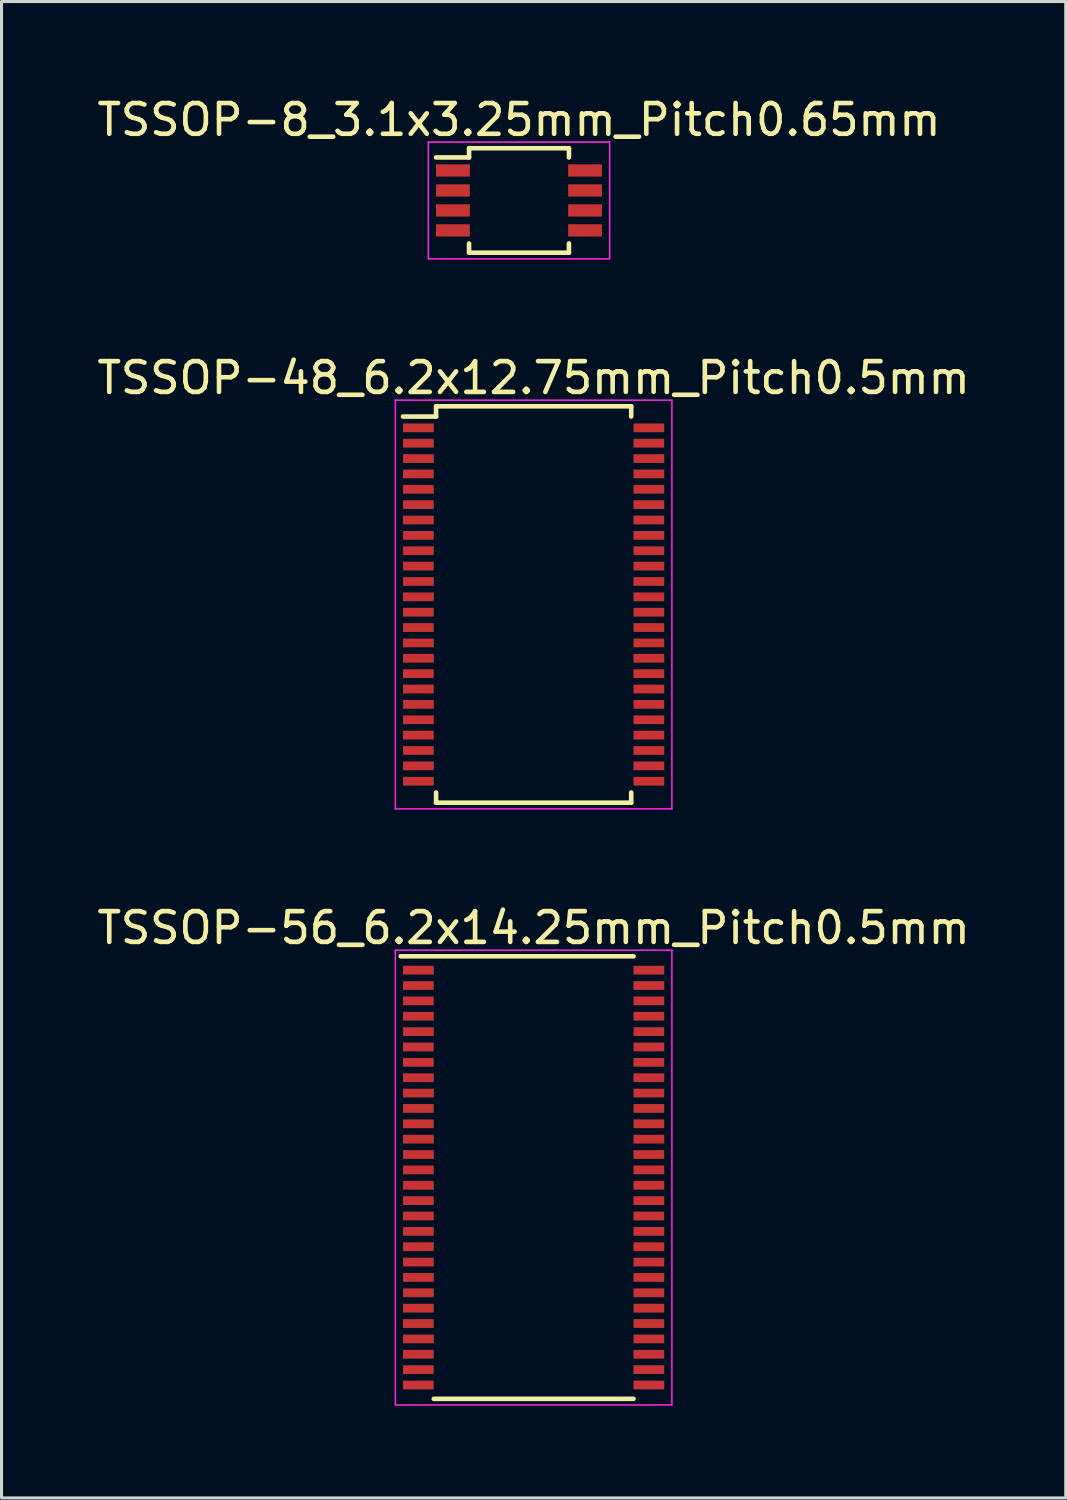
<source format=kicad_pcb>
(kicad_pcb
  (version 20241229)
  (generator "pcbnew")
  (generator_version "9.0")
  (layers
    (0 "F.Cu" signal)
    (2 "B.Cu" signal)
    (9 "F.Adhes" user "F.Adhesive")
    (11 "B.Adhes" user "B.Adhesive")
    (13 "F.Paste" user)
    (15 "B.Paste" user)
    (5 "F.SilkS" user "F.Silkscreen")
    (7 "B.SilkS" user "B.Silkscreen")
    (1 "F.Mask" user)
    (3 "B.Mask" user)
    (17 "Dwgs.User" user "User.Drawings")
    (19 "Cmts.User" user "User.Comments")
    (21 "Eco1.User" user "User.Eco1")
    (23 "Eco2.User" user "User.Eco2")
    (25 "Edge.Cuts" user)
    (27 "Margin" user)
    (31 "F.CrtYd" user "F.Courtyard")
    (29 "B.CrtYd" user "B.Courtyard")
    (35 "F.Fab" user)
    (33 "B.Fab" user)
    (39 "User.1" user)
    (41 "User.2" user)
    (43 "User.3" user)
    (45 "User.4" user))
  (footprint "TSSOP-56_6.2x14.25mm_Pitch0.5mm"
    (layer "F.Cu")
    (at 14.315 35.27)
    (property "Reference" "TSSOP-56_6.2x14.25mm_Pitch0.5mm" (at 0 -8.125 0) (layer "F.SilkS") (effects (font (size 1 1) (thickness 0.15))))
    (attr smd)
    (fp_line (start -4.325 -7.2) (end 3.25 -7.2) (stroke (width 0.15) (type solid)) (layer "F.SilkS"))
    (fp_line (start -3.25 7.2) (end 3.25 7.2) (stroke (width 0.15) (type solid)) (layer "F.SilkS"))
    (fp_line (start -4.5 -7.4) (end -4.5 7.4) (stroke (width 0.05) (type solid)) (layer "F.CrtYd"))
    (fp_line (start -4.5 -7.4) (end 4.5 -7.4) (stroke (width 0.05) (type solid)) (layer "F.CrtYd"))
    (fp_line (start -4.5 7.4) (end 4.5 7.4) (stroke (width 0.05) (type solid)) (layer "F.CrtYd"))
    (fp_line (start 4.5 -7.4) (end 4.5 7.4) (stroke (width 0.05) (type solid)) (layer "F.CrtYd"))
    (pad "1" smd rect (at -3.75 -6.75) (size 1 0.285) (layers "F.Cu" "F.Mask" "F.Paste"))
    (pad "2" smd rect (at -3.75 -6.25) (size 1 0.285) (layers "F.Cu" "F.Mask" "F.Paste"))
    (pad "3" smd rect (at -3.75 -5.75) (size 1 0.285) (layers "F.Cu" "F.Mask" "F.Paste"))
    (pad "4" smd rect (at -3.75 -5.25) (size 1 0.285) (layers "F.Cu" "F.Mask" "F.Paste"))
    (pad "5" smd rect (at -3.75 -4.75) (size 1 0.285) (layers "F.Cu" "F.Mask" "F.Paste"))
    (pad "6" smd rect (at -3.75 -4.25) (size 1 0.285) (layers "F.Cu" "F.Mask" "F.Paste"))
    (pad "7" smd rect (at -3.75 -3.75) (size 1 0.285) (layers "F.Cu" "F.Mask" "F.Paste"))
    (pad "8" smd rect (at -3.75 -3.25) (size 1 0.285) (layers "F.Cu" "F.Mask" "F.Paste"))
    (pad "9" smd rect (at -3.75 -2.75) (size 1 0.285) (layers "F.Cu" "F.Mask" "F.Paste"))
    (pad "10" smd rect (at -3.75 -2.25) (size 1 0.285) (layers "F.Cu" "F.Mask" "F.Paste"))
    (pad "11" smd rect (at -3.75 -1.75) (size 1 0.285) (layers "F.Cu" "F.Mask" "F.Paste"))
    (pad "12" smd rect (at -3.75 -1.25) (size 1 0.285) (layers "F.Cu" "F.Mask" "F.Paste"))
    (pad "13" smd rect (at -3.75 -0.75) (size 1 0.285) (layers "F.Cu" "F.Mask" "F.Paste"))
    (pad "14" smd rect (at -3.75 -0.25) (size 1 0.285) (layers "F.Cu" "F.Mask" "F.Paste"))
    (pad "15" smd rect (at -3.75 0.25) (size 1 0.285) (layers "F.Cu" "F.Mask" "F.Paste"))
    (pad "16" smd rect (at -3.75 0.75) (size 1 0.285) (layers "F.Cu" "F.Mask" "F.Paste"))
    (pad "17" smd rect (at -3.75 1.25) (size 1 0.285) (layers "F.Cu" "F.Mask" "F.Paste"))
    (pad "18" smd rect (at -3.75 1.75) (size 1 0.285) (layers "F.Cu" "F.Mask" "F.Paste"))
    (pad "19" smd rect (at -3.75 2.25) (size 1 0.285) (layers "F.Cu" "F.Mask" "F.Paste"))
    (pad "20" smd rect (at -3.75 2.75) (size 1 0.285) (layers "F.Cu" "F.Mask" "F.Paste"))
    (pad "21" smd rect (at -3.75 3.25) (size 1 0.285) (layers "F.Cu" "F.Mask" "F.Paste"))
    (pad "22" smd rect (at -3.75 3.75) (size 1 0.285) (layers "F.Cu" "F.Mask" "F.Paste"))
    (pad "23" smd rect (at -3.75 4.25) (size 1 0.285) (layers "F.Cu" "F.Mask" "F.Paste"))
    (pad "24" smd rect (at -3.75 4.75) (size 1 0.285) (layers "F.Cu" "F.Mask" "F.Paste"))
    (pad "25" smd rect (at -3.75 5.25) (size 1 0.285) (layers "F.Cu" "F.Mask" "F.Paste"))
    (pad "26" smd rect (at -3.75 5.75) (size 1 0.285) (layers "F.Cu" "F.Mask" "F.Paste"))
    (pad "27" smd rect (at -3.75 6.25) (size 1 0.285) (layers "F.Cu" "F.Mask" "F.Paste"))
    (pad "28" smd rect (at -3.75 6.75) (size 1 0.285) (layers "F.Cu" "F.Mask" "F.Paste"))
    (pad "29" smd rect (at 3.75 6.75) (size 1 0.285) (layers "F.Cu" "F.Mask" "F.Paste"))
    (pad "30" smd rect (at 3.75 6.25) (size 1 0.285) (layers "F.Cu" "F.Mask" "F.Paste"))
    (pad "31" smd rect (at 3.75 5.75) (size 1 0.285) (layers "F.Cu" "F.Mask" "F.Paste"))
    (pad "32" smd rect (at 3.75 5.25) (size 1 0.285) (layers "F.Cu" "F.Mask" "F.Paste"))
    (pad "33" smd rect (at 3.75 4.75) (size 1 0.285) (layers "F.Cu" "F.Mask" "F.Paste"))
    (pad "34" smd rect (at 3.75 4.25) (size 1 0.285) (layers "F.Cu" "F.Mask" "F.Paste"))
    (pad "35" smd rect (at 3.75 3.75) (size 1 0.285) (layers "F.Cu" "F.Mask" "F.Paste"))
    (pad "36" smd rect (at 3.75 3.25) (size 1 0.285) (layers "F.Cu" "F.Mask" "F.Paste"))
    (pad "37" smd rect (at 3.75 2.75) (size 1 0.285) (layers "F.Cu" "F.Mask" "F.Paste"))
    (pad "38" smd rect (at 3.75 2.25) (size 1 0.285) (layers "F.Cu" "F.Mask" "F.Paste"))
    (pad "39" smd rect (at 3.75 1.75) (size 1 0.285) (layers "F.Cu" "F.Mask" "F.Paste"))
    (pad "40" smd rect (at 3.75 1.25) (size 1 0.285) (layers "F.Cu" "F.Mask" "F.Paste"))
    (pad "41" smd rect (at 3.75 0.75) (size 1 0.285) (layers "F.Cu" "F.Mask" "F.Paste"))
    (pad "42" smd rect (at 3.75 0.25) (size 1 0.285) (layers "F.Cu" "F.Mask" "F.Paste"))
    (pad "43" smd rect (at 3.75 -0.25) (size 1 0.285) (layers "F.Cu" "F.Mask" "F.Paste"))
    (pad "44" smd rect (at 3.75 -0.75) (size 1 0.285) (layers "F.Cu" "F.Mask" "F.Paste"))
    (pad "45" smd rect (at 3.75 -1.25) (size 1 0.285) (layers "F.Cu" "F.Mask" "F.Paste"))
    (pad "46" smd rect (at 3.75 -1.75) (size 1 0.285) (layers "F.Cu" "F.Mask" "F.Paste"))
    (pad "47" smd rect (at 3.75 -2.25) (size 1 0.285) (layers "F.Cu" "F.Mask" "F.Paste"))
    (pad "48" smd rect (at 3.75 -2.75) (size 1 0.285) (layers "F.Cu" "F.Mask" "F.Paste"))
    (pad "49" smd rect (at 3.75 -3.25) (size 1 0.285) (layers "F.Cu" "F.Mask" "F.Paste"))
    (pad "50" smd rect (at 3.75 -3.75) (size 1 0.285) (layers "F.Cu" "F.Mask" "F.Paste"))
    (pad "51" smd rect (at 3.75 -4.25) (size 1 0.285) (layers "F.Cu" "F.Mask" "F.Paste"))
    (pad "52" smd rect (at 3.75 -4.75) (size 1 0.285) (layers "F.Cu" "F.Mask" "F.Paste"))
    (pad "53" smd rect (at 3.75 -5.25) (size 1 0.285) (layers "F.Cu" "F.Mask" "F.Paste"))
    (pad "54" smd rect (at 3.75 -5.75) (size 1 0.285) (layers "F.Cu" "F.Mask" "F.Paste"))
    (pad "55" smd rect (at 3.75 -6.25) (size 1 0.285) (layers "F.Cu" "F.Mask" "F.Paste"))
    (pad "56" smd rect (at 3.75 -6.75) (size 1 0.285) (layers "F.Cu" "F.Mask" "F.Paste")))
  (footprint "TSSOP-48_6.2x12.75mm_Pitch0.5mm"
    (layer "F.Cu")
    (at 14.315 16.622)
    (property "Reference" "TSSOP-48_6.2x12.75mm_Pitch0.5mm" (at 0 -7.375 0) (layer "F.SilkS") (effects (font (size 1 1) (thickness 0.15))))
    (attr smd)
    (fp_line (start -3.175 -6.45) (end -3.175 -6.117) (stroke (width 0.15) (type solid)) (layer "F.SilkS"))
    (fp_line (start -3.175 -6.45) (end 3.175 -6.45) (stroke (width 0.15) (type solid)) (layer "F.SilkS"))
    (fp_line (start -3.175 -6.117) (end -4.25 -6.117) (stroke (width 0.15) (type solid)) (layer "F.SilkS"))
    (fp_line (start -3.175 6.45) (end -3.175 6.117) (stroke (width 0.15) (type solid)) (layer "F.SilkS"))
    (fp_line (start -3.175 6.45) (end 3.175 6.45) (stroke (width 0.15) (type solid)) (layer "F.SilkS"))
    (fp_line (start 3.175 -6.45) (end 3.175 -6.117) (stroke (width 0.15) (type solid)) (layer "F.SilkS"))
    (fp_line (start 3.175 6.45) (end 3.175 6.117) (stroke (width 0.15) (type solid)) (layer "F.SilkS"))
    (fp_line (start -4.5 -6.65) (end -4.5 6.65) (stroke (width 0.05) (type solid)) (layer "F.CrtYd"))
    (fp_line (start -4.5 -6.65) (end 4.5 -6.65) (stroke (width 0.05) (type solid)) (layer "F.CrtYd"))
    (fp_line (start -4.5 6.65) (end 4.5 6.65) (stroke (width 0.05) (type solid)) (layer "F.CrtYd"))
    (fp_line (start 4.5 -6.65) (end 4.5 6.65) (stroke (width 0.05) (type solid)) (layer "F.CrtYd"))
    (pad "1" smd rect (at -3.75 -5.75) (size 1 0.285) (layers "F.Cu" "F.Mask" "F.Paste"))
    (pad "2" smd rect (at -3.75 -5.25) (size 1 0.285) (layers "F.Cu" "F.Mask" "F.Paste"))
    (pad "3" smd rect (at -3.75 -4.75) (size 1 0.285) (layers "F.Cu" "F.Mask" "F.Paste"))
    (pad "4" smd rect (at -3.75 -4.25) (size 1 0.285) (layers "F.Cu" "F.Mask" "F.Paste"))
    (pad "5" smd rect (at -3.75 -3.75) (size 1 0.285) (layers "F.Cu" "F.Mask" "F.Paste"))
    (pad "6" smd rect (at -3.75 -3.25) (size 1 0.285) (layers "F.Cu" "F.Mask" "F.Paste"))
    (pad "7" smd rect (at -3.75 -2.75) (size 1 0.285) (layers "F.Cu" "F.Mask" "F.Paste"))
    (pad "8" smd rect (at -3.75 -2.25) (size 1 0.285) (layers "F.Cu" "F.Mask" "F.Paste"))
    (pad "9" smd rect (at -3.75 -1.75) (size 1 0.285) (layers "F.Cu" "F.Mask" "F.Paste"))
    (pad "10" smd rect (at -3.75 -1.25) (size 1 0.285) (layers "F.Cu" "F.Mask" "F.Paste"))
    (pad "11" smd rect (at -3.75 -0.75) (size 1 0.285) (layers "F.Cu" "F.Mask" "F.Paste"))
    (pad "12" smd rect (at -3.75 -0.25) (size 1 0.285) (layers "F.Cu" "F.Mask" "F.Paste"))
    (pad "13" smd rect (at -3.75 0.25) (size 1 0.285) (layers "F.Cu" "F.Mask" "F.Paste"))
    (pad "14" smd rect (at -3.75 0.75) (size 1 0.285) (layers "F.Cu" "F.Mask" "F.Paste"))
    (pad "15" smd rect (at -3.75 1.25) (size 1 0.285) (layers "F.Cu" "F.Mask" "F.Paste"))
    (pad "16" smd rect (at -3.75 1.75) (size 1 0.285) (layers "F.Cu" "F.Mask" "F.Paste"))
    (pad "17" smd rect (at -3.75 2.25) (size 1 0.285) (layers "F.Cu" "F.Mask" "F.Paste"))
    (pad "18" smd rect (at -3.75 2.75) (size 1 0.285) (layers "F.Cu" "F.Mask" "F.Paste"))
    (pad "19" smd rect (at -3.75 3.25) (size 1 0.285) (layers "F.Cu" "F.Mask" "F.Paste"))
    (pad "20" smd rect (at -3.75 3.75) (size 1 0.285) (layers "F.Cu" "F.Mask" "F.Paste"))
    (pad "21" smd rect (at -3.75 4.25) (size 1 0.285) (layers "F.Cu" "F.Mask" "F.Paste"))
    (pad "22" smd rect (at -3.75 4.75) (size 1 0.285) (layers "F.Cu" "F.Mask" "F.Paste"))
    (pad "23" smd rect (at -3.75 5.25) (size 1 0.285) (layers "F.Cu" "F.Mask" "F.Paste"))
    (pad "24" smd rect (at -3.75 5.75) (size 1 0.285) (layers "F.Cu" "F.Mask" "F.Paste"))
    (pad "25" smd rect (at 3.75 5.75) (size 1 0.285) (layers "F.Cu" "F.Mask" "F.Paste"))
    (pad "26" smd rect (at 3.75 5.25) (size 1 0.285) (layers "F.Cu" "F.Mask" "F.Paste"))
    (pad "27" smd rect (at 3.75 4.75) (size 1 0.285) (layers "F.Cu" "F.Mask" "F.Paste"))
    (pad "28" smd rect (at 3.75 4.25) (size 1 0.285) (layers "F.Cu" "F.Mask" "F.Paste"))
    (pad "29" smd rect (at 3.75 3.75) (size 1 0.285) (layers "F.Cu" "F.Mask" "F.Paste"))
    (pad "30" smd rect (at 3.75 3.25) (size 1 0.285) (layers "F.Cu" "F.Mask" "F.Paste"))
    (pad "31" smd rect (at 3.75 2.75) (size 1 0.285) (layers "F.Cu" "F.Mask" "F.Paste"))
    (pad "32" smd rect (at 3.75 2.25) (size 1 0.285) (layers "F.Cu" "F.Mask" "F.Paste"))
    (pad "33" smd rect (at 3.75 1.75) (size 1 0.285) (layers "F.Cu" "F.Mask" "F.Paste"))
    (pad "34" smd rect (at 3.75 1.25) (size 1 0.285) (layers "F.Cu" "F.Mask" "F.Paste"))
    (pad "35" smd rect (at 3.75 0.75) (size 1 0.285) (layers "F.Cu" "F.Mask" "F.Paste"))
    (pad "36" smd rect (at 3.75 0.25) (size 1 0.285) (layers "F.Cu" "F.Mask" "F.Paste"))
    (pad "37" smd rect (at 3.75 -0.25) (size 1 0.285) (layers "F.Cu" "F.Mask" "F.Paste"))
    (pad "38" smd rect (at 3.75 -0.75) (size 1 0.285) (layers "F.Cu" "F.Mask" "F.Paste"))
    (pad "39" smd rect (at 3.75 -1.25) (size 1 0.285) (layers "F.Cu" "F.Mask" "F.Paste"))
    (pad "40" smd rect (at 3.75 -1.75) (size 1 0.285) (layers "F.Cu" "F.Mask" "F.Paste"))
    (pad "41" smd rect (at 3.75 -2.25) (size 1 0.285) (layers "F.Cu" "F.Mask" "F.Paste"))
    (pad "42" smd rect (at 3.75 -2.75) (size 1 0.285) (layers "F.Cu" "F.Mask" "F.Paste"))
    (pad "43" smd rect (at 3.75 -3.25) (size 1 0.285) (layers "F.Cu" "F.Mask" "F.Paste"))
    (pad "44" smd rect (at 3.75 -3.75) (size 1 0.285) (layers "F.Cu" "F.Mask" "F.Paste"))
    (pad "45" smd rect (at 3.75 -4.25) (size 1 0.285) (layers "F.Cu" "F.Mask" "F.Paste"))
    (pad "46" smd rect (at 3.75 -4.75) (size 1 0.285) (layers "F.Cu" "F.Mask" "F.Paste"))
    (pad "47" smd rect (at 3.75 -5.25) (size 1 0.285) (layers "F.Cu" "F.Mask" "F.Paste"))
    (pad "48" smd rect (at 3.75 -5.75) (size 1 0.285) (layers "F.Cu" "F.Mask" "F.Paste")))
  (footprint "TSSOP-8_3.1x3.25mm_Pitch0.65mm"
    (layer "F.Cu")
    (at 13.839 3.473)
    (property "Reference" "TSSOP-8_3.1x3.25mm_Pitch0.65mm" (at 0 -2.625 0) (layer "F.SilkS") (effects (font (size 1 1) (thickness 0.15))))
    (attr smd)
    (fp_line (start -1.625 -1.7) (end -1.625 -1.4) (stroke (width 0.15) (type solid)) (layer "F.SilkS"))
    (fp_line (start -1.625 -1.7) (end 1.625 -1.7) (stroke (width 0.15) (type solid)) (layer "F.SilkS"))
    (fp_line (start -1.625 -1.4) (end -2.7 -1.4) (stroke (width 0.15) (type solid)) (layer "F.SilkS"))
    (fp_line (start -1.625 1.7) (end -1.625 1.4) (stroke (width 0.15) (type solid)) (layer "F.SilkS"))
    (fp_line (start -1.625 1.7) (end 1.625 1.7) (stroke (width 0.15) (type solid)) (layer "F.SilkS"))
    (fp_line (start 1.625 -1.7) (end 1.625 -1.4) (stroke (width 0.15) (type solid)) (layer "F.SilkS"))
    (fp_line (start 1.625 1.7) (end 1.625 1.4) (stroke (width 0.15) (type solid)) (layer "F.SilkS"))
    (fp_line (start -2.95 -1.9) (end -2.95 1.9) (stroke (width 0.05) (type solid)) (layer "F.CrtYd"))
    (fp_line (start -2.95 -1.9) (end 2.95 -1.9) (stroke (width 0.05) (type solid)) (layer "F.CrtYd"))
    (fp_line (start -2.95 1.9) (end 2.95 1.9) (stroke (width 0.05) (type solid)) (layer "F.CrtYd"))
    (fp_line (start 2.95 -1.9) (end 2.95 1.9) (stroke (width 0.05) (type solid)) (layer "F.CrtYd"))
    (pad "1" smd rect (at -2.15 -0.975) (size 1.1 0.4) (layers "F.Cu" "F.Mask" "F.Paste"))
    (pad "2" smd rect (at -2.15 -0.325) (size 1.1 0.4) (layers "F.Cu" "F.Mask" "F.Paste"))
    (pad "3" smd rect (at -2.15 0.325) (size 1.1 0.4) (layers "F.Cu" "F.Mask" "F.Paste"))
    (pad "4" smd rect (at -2.15 0.975) (size 1.1 0.4) (layers "F.Cu" "F.Mask" "F.Paste"))
    (pad "5" smd rect (at 2.15 0.975) (size 1.1 0.4) (layers "F.Cu" "F.Mask" "F.Paste"))
    (pad "6" smd rect (at 2.15 0.325) (size 1.1 0.4) (layers "F.Cu" "F.Mask" "F.Paste"))
    (pad "7" smd rect (at 2.15 -0.325) (size 1.1 0.4) (layers "F.Cu" "F.Mask" "F.Paste"))
    (pad "8" smd rect (at 2.15 -0.975) (size 1.1 0.4) (layers "F.Cu" "F.Mask" "F.Paste")))
  (gr_rect
    (start -3 -3)
    (end 31.631 45.695)
    (stroke (width 0.1) (type default))
    (fill no)
    (layer "Edge.Cuts")))
</source>
